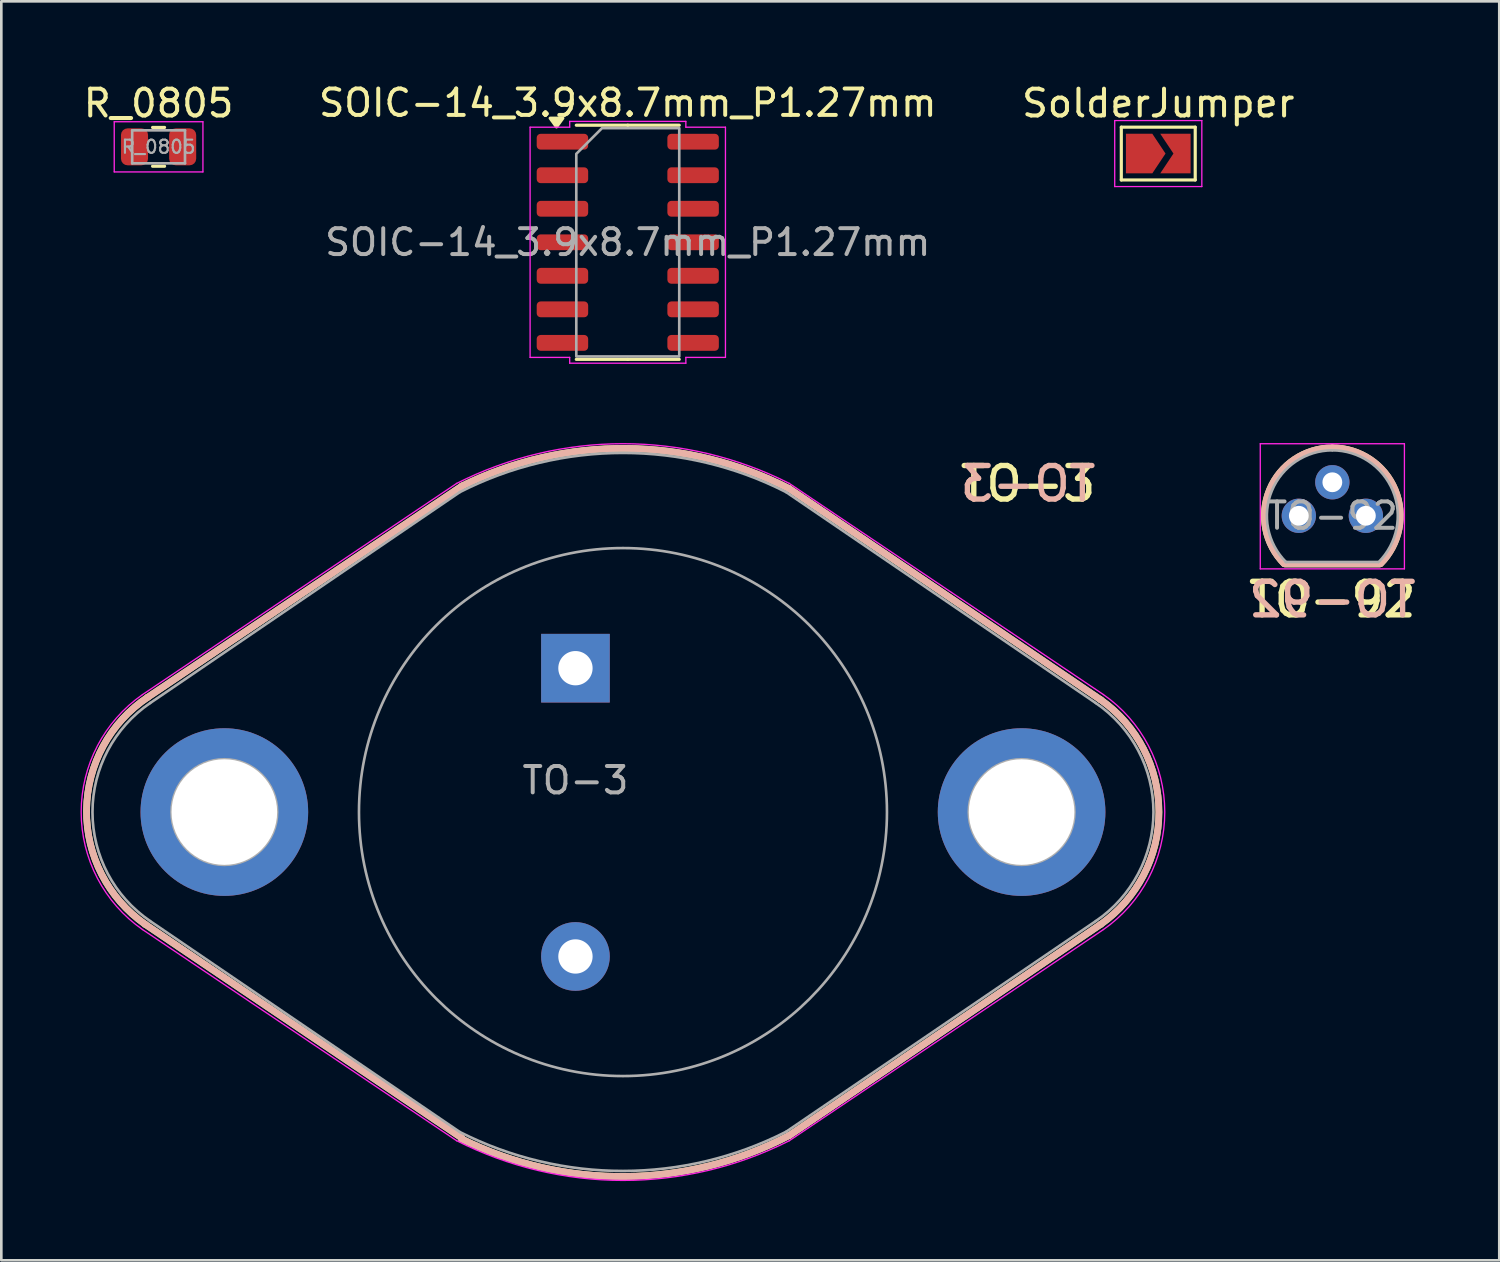
<source format=kicad_pcb>
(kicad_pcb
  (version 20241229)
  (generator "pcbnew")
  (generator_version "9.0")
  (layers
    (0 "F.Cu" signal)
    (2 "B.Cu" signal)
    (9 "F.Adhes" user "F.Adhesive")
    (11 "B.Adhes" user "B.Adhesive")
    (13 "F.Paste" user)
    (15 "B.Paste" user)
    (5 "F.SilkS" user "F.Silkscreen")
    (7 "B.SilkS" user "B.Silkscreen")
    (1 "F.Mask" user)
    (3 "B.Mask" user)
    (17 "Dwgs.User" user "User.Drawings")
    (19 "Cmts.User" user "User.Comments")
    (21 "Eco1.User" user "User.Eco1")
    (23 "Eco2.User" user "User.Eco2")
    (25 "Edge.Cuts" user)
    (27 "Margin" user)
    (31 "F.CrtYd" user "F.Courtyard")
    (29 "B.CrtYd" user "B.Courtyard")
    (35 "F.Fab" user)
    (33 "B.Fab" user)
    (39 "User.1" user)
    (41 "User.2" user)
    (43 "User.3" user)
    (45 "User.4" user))
  (footprint "R_0805"
    (layer "F.Cu")
    (at 2.957 2.512)
    (property "Reference" "R_0805" (at 0 -1.65 0) (layer "F.SilkS") (effects (font (size 1.016 1.016) (thickness 0.152))))
    (attr smd)
    (fp_line (start -0.227 -0.735) (end 0.227 -0.735) (stroke (width 0.12) (type solid)) (layer "F.SilkS"))
    (fp_line (start -0.227 0.735) (end 0.227 0.735) (stroke (width 0.12) (type solid)) (layer "F.SilkS"))
    (fp_line (start -1.68 -0.95) (end 1.68 -0.95) (stroke (width 0.05) (type solid)) (layer "F.CrtYd"))
    (fp_line (start -1.68 0.95) (end -1.68 -0.95) (stroke (width 0.05) (type solid)) (layer "F.CrtYd"))
    (fp_line (start 1.68 -0.95) (end 1.68 0.95) (stroke (width 0.05) (type solid)) (layer "F.CrtYd"))
    (fp_line (start 1.68 0.95) (end -1.68 0.95) (stroke (width 0.05) (type solid)) (layer "F.CrtYd"))
    (fp_line (start -1 -0.625) (end 1 -0.625) (stroke (width 0.1) (type solid)) (layer "F.Fab"))
    (fp_line (start -1 0.625) (end -1 -0.625) (stroke (width 0.1) (type solid)) (layer "F.Fab"))
    (fp_line (start 1 -0.625) (end 1 0.625) (stroke (width 0.1) (type solid)) (layer "F.Fab"))
    (fp_line (start 1 0.625) (end -1 0.625) (stroke (width 0.1) (type solid)) (layer "F.Fab"))
    (fp_text user "${REFERENCE}" (at 0 0 0) (layer "F.Fab") (effects (font (size 0.5 0.5) (thickness 0.08))))
    (pad "1" smd roundrect (at -0.912 0) (size 1.025 1.4) (layers "F.Cu" "F.Mask" "F.Paste") (roundrect_rratio 0.244))
    (pad "2" smd roundrect (at 0.912 0) (size 1.025 1.4) (layers "F.Cu" "F.Mask" "F.Paste") (roundrect_rratio 0.244)))
  (footprint "SolderJumper"
    (layer "F.Cu")
    (at 40.825 2.767)
    (property "Reference" "SolderJumper" (at 0 -1.905 0) (layer "F.SilkS") (effects (font (size 1.016 1.016) (thickness 0.152))))
    (attr exclude_from_pos_files exclude_from_bom)
    (fp_line (start -1.4 -1) (end 1.4 -1) (stroke (width 0.12) (type solid)) (layer "F.SilkS"))
    (fp_line (start -1.4 1) (end -1.4 -1) (stroke (width 0.12) (type solid)) (layer "F.SilkS"))
    (fp_line (start 1.4 -1) (end 1.4 1) (stroke (width 0.12) (type solid)) (layer "F.SilkS"))
    (fp_line (start 1.4 1) (end -1.4 1) (stroke (width 0.12) (type solid)) (layer "F.SilkS"))
    (fp_line (start -1.65 -1.25) (end -1.65 1.25) (stroke (width 0.05) (type solid)) (layer "F.CrtYd"))
    (fp_line (start -1.65 -1.25) (end 1.65 -1.25) (stroke (width 0.05) (type solid)) (layer "F.CrtYd"))
    (fp_line (start 1.65 1.25) (end -1.65 1.25) (stroke (width 0.05) (type solid)) (layer "F.CrtYd"))
    (fp_line (start 1.65 1.25) (end 1.65 -1.25) (stroke (width 0.05) (type solid)) (layer "F.CrtYd"))
    (pad "1" smd custom (at -0.725 0) (size 0.3 0.3) (layers "F.Cu" "F.Mask") (options (anchor rect)) (primitives (gr_poly (pts (xy 1 0) (xy 0.5 0.75) (xy -0.5 0.75) (xy -0.5 -0.75) (xy 0.5 -0.75)) (width 0) (fill yes))))
    (pad "2" smd custom (at 0.725 0) (size 0.3 0.3) (layers "F.Cu" "F.Mask") (options (anchor rect)) (primitives (gr_poly (pts (xy 0.5 0.75) (xy -0.65 0.75) (xy -0.15 0) (xy -0.65 -0.75) (xy 0.5 -0.75)) (width 0) (fill yes)))))
  (footprint "SOIC-14_3.9x8.7mm_P1.27mm"
    (layer "F.Cu")
    (at 20.73 6.128)
    (property "Reference" "SOIC-14_3.9x8.7mm_P1.27mm" (at 0 -5.28 0) (layer "F.SilkS") (effects (font (size 1 1) (thickness 0.15))))
    (attr smd)
    (fp_line (start 0 -4.435) (end -1.95 -4.435) (stroke (width 0.12) (type solid)) (layer "F.SilkS"))
    (fp_line (start 0 -4.435) (end 1.95 -4.435) (stroke (width 0.12) (type solid)) (layer "F.SilkS"))
    (fp_line (start 0 4.435) (end -1.95 4.435) (stroke (width 0.12) (type solid)) (layer "F.SilkS"))
    (fp_line (start 0 4.435) (end 1.95 4.435) (stroke (width 0.12) (type solid)) (layer "F.SilkS"))
    (fp_poly (pts (xy -2.7 -4.37) (xy -2.94 -4.7) (xy -2.46 -4.7)) (stroke (width 0.12) (type solid)) (fill yes) (layer "F.SilkS"))
    (fp_line (start -3.7 -4.36) (end -2.2 -4.36) (stroke (width 0.05) (type solid)) (layer "F.CrtYd"))
    (fp_line (start -3.7 4.36) (end -3.7 -4.36) (stroke (width 0.05) (type solid)) (layer "F.CrtYd"))
    (fp_line (start -2.2 -4.58) (end 2.2 -4.58) (stroke (width 0.05) (type solid)) (layer "F.CrtYd"))
    (fp_line (start -2.2 -4.36) (end -2.2 -4.58) (stroke (width 0.05) (type solid)) (layer "F.CrtYd"))
    (fp_line (start -2.2 4.36) (end -3.7 4.36) (stroke (width 0.05) (type solid)) (layer "F.CrtYd"))
    (fp_line (start -2.2 4.58) (end -2.2 4.36) (stroke (width 0.05) (type solid)) (layer "F.CrtYd"))
    (fp_line (start 2.2 -4.58) (end 2.2 -4.36) (stroke (width 0.05) (type solid)) (layer "F.CrtYd"))
    (fp_line (start 2.2 -4.36) (end 3.7 -4.36) (stroke (width 0.05) (type solid)) (layer "F.CrtYd"))
    (fp_line (start 2.2 4.36) (end 2.2 4.58) (stroke (width 0.05) (type solid)) (layer "F.CrtYd"))
    (fp_line (start 2.2 4.58) (end -2.2 4.58) (stroke (width 0.05) (type solid)) (layer "F.CrtYd"))
    (fp_line (start 3.7 -4.36) (end 3.7 4.36) (stroke (width 0.05) (type solid)) (layer "F.CrtYd"))
    (fp_line (start 3.7 4.36) (end 2.2 4.36) (stroke (width 0.05) (type solid)) (layer "F.CrtYd"))
    (fp_poly (pts (xy -1.95 -3.35) (xy -1.95 4.325) (xy 1.95 4.325) (xy 1.95 -4.325) (xy -0.975 -4.325)) (stroke (width 0.1) (type solid)) (fill no) (layer "F.Fab"))
    (fp_text user "${REFERENCE}" (at 0 0 0) (layer "F.Fab") (effects (font (size 0.98 0.98) (thickness 0.15))))
    (pad "1" smd roundrect (at -2.475 -3.81) (size 1.95 0.6) (layers "F.Cu" "F.Mask" "F.Paste") (roundrect_rratio 0.25))
    (pad "2" smd roundrect (at -2.475 -2.54) (size 1.95 0.6) (layers "F.Cu" "F.Mask" "F.Paste") (roundrect_rratio 0.25))
    (pad "3" smd roundrect (at -2.475 -1.27) (size 1.95 0.6) (layers "F.Cu" "F.Mask" "F.Paste") (roundrect_rratio 0.25))
    (pad "4" smd roundrect (at -2.475 0) (size 1.95 0.6) (layers "F.Cu" "F.Mask" "F.Paste") (roundrect_rratio 0.25))
    (pad "5" smd roundrect (at -2.475 1.27) (size 1.95 0.6) (layers "F.Cu" "F.Mask" "F.Paste") (roundrect_rratio 0.25))
    (pad "6" smd roundrect (at -2.475 2.54) (size 1.95 0.6) (layers "F.Cu" "F.Mask" "F.Paste") (roundrect_rratio 0.25))
    (pad "7" smd roundrect (at -2.475 3.81) (size 1.95 0.6) (layers "F.Cu" "F.Mask" "F.Paste") (roundrect_rratio 0.25))
    (pad "8" smd roundrect (at 2.475 3.81) (size 1.95 0.6) (layers "F.Cu" "F.Mask" "F.Paste") (roundrect_rratio 0.25))
    (pad "9" smd roundrect (at 2.475 2.54) (size 1.95 0.6) (layers "F.Cu" "F.Mask" "F.Paste") (roundrect_rratio 0.25))
    (pad "10" smd roundrect (at 2.475 1.27) (size 1.95 0.6) (layers "F.Cu" "F.Mask" "F.Paste") (roundrect_rratio 0.25))
    (pad "11" smd roundrect (at 2.475 0) (size 1.95 0.6) (layers "F.Cu" "F.Mask" "F.Paste") (roundrect_rratio 0.25))
    (pad "12" smd roundrect (at 2.475 -1.27) (size 1.95 0.6) (layers "F.Cu" "F.Mask" "F.Paste") (roundrect_rratio 0.25))
    (pad "13" smd roundrect (at 2.475 -2.54) (size 1.95 0.6) (layers "F.Cu" "F.Mask" "F.Paste") (roundrect_rratio 0.25))
    (pad "14" smd roundrect (at 2.475 -3.81) (size 1.95 0.6) (layers "F.Cu" "F.Mask" "F.Paste") (roundrect_rratio 0.25)))
  (footprint "TO-92"
    (layer "F.Cu")
    (at 46.149 16.488)
    (property "Reference" "TO-92" (at 1.27 3.175 0) (layer "F.SilkS") (effects (font (size 1.27 1.27) (thickness 0.203))))
    (attr through_hole)
    (fp_line (start -0.53 1.85) (end 3.07 1.85) (stroke (width 0.203) (type solid)) (layer "F.SilkS"))
    (fp_arc (start -0.568478 1.838478) (mid -1.132087 -0.994977) (end 1.27 -2.6) (stroke (width 0.2032) (type solid)) (layer "F.SilkS"))
    (fp_arc (start 1.27 -2.6) (mid 3.672087 -0.994977) (end 3.108478 1.838478) (stroke (width 0.2032) (type solid)) (layer "F.SilkS"))
    (fp_line (start -0.53 1.85) (end 3.07 1.85) (stroke (width 0.203) (type solid)) (layer "B.SilkS"))
    (fp_arc (start -0.568478 1.838478) (mid -1.132087 -0.994977) (end 1.27 -2.6) (stroke (width 0.2032) (type solid)) (layer "B.SilkS"))
    (fp_arc (start 1.27 -2.6) (mid 3.672087 -0.994977) (end 3.108478 1.838478) (stroke (width 0.2032) (type solid)) (layer "B.SilkS"))
    (fp_line (start -1.46 -2.73) (end -1.46 2.01) (stroke (width 0.05) (type solid)) (layer "F.CrtYd"))
    (fp_line (start -1.46 -2.73) (end 4 -2.73) (stroke (width 0.05) (type solid)) (layer "F.CrtYd"))
    (fp_line (start 4 2.01) (end -1.46 2.01) (stroke (width 0.05) (type solid)) (layer "F.CrtYd"))
    (fp_line (start 4 2.01) (end 4 -2.73) (stroke (width 0.05) (type solid)) (layer "F.CrtYd"))
    (fp_line (start -0.5 1.75) (end 3 1.75) (stroke (width 0.1) (type solid)) (layer "F.Fab"))
    (fp_arc (start -0.483625 1.753625) (mid -1.021221 -0.949055) (end 1.27 -2.48) (stroke (width 0.1) (type solid)) (layer "F.Fab"))
    (fp_arc (start 1.27 -2.48) (mid 3.561221 -0.949055) (end 3.023625 1.753625) (stroke (width 0.1) (type solid)) (layer "F.Fab"))
    (fp_text user "${Reference}" (at 1.27 3.175 0) (unlocked yes) (layer "B.SilkS") (effects (font (size 1.27 1.27) (thickness 0.203)) (justify mirror)))
    (fp_text user "${REFERENCE}" (at 1.27 0 0) (layer "F.Fab") (effects (font (size 1 1) (thickness 0.15))))
    (pad "1" thru_hole circle (at 0 0) (size 1.3 1.3) (drill 0.75) (layers "*.Cu" "*.Mask"))
    (pad "2" thru_hole circle (at 1.27 -1.27) (size 1.3 1.3) (drill 0.75) (layers "*.Cu" "*.Mask"))
    (pad "3" thru_hole circle (at 2.54 0) (size 1.3 1.3) (drill 0.75) (layers "*.Cu" "*.Mask")))
  (footprint "TO-3"
    (layer "F.Cu")
    (at 18.748 22.261)
    (property "Reference" "TO-3" (at 17.145 -6.985 0) (layer "F.SilkS") (effects (font (size 1.27 1.27) (thickness 0.203))))
    (attr through_hole)
    (fp_line (start -4.3 -6.9) (end -16.2 1.1) (stroke (width 0.254) (type solid)) (layer "F.SilkS"))
    (fp_line (start -4.3 17.8) (end -16.3 9.7) (stroke (width 0.254) (type solid)) (layer "F.SilkS"))
    (fp_line (start 8.1 -6.8) (end 19.9 1.2) (stroke (width 0.254) (type solid)) (layer "F.SilkS"))
    (fp_line (start 8.1 17.7) (end 19.9 9.7) (stroke (width 0.254) (type solid)) (layer "F.SilkS"))
    (fp_arc (start -16.3 9.7) (mid -18.519226 5.373613) (end -16.2 1.1) (stroke (width 0.254) (type solid)) (layer "F.SilkS"))
    (fp_arc (start -4.3 -6.9) (mid 1.911888 -8.324079) (end 8.1 -6.8) (stroke (width 0.254) (type solid)) (layer "F.SilkS"))
    (fp_arc (start 8.1 17.7) (mid 1.90661 19.252956) (end -4.325 17.825) (stroke (width 0.254) (type solid)) (layer "F.SilkS"))
    (fp_arc (start 19.9 1.2) (mid 22.102158 5.45) (end 19.9 9.7) (stroke (width 0.254) (type solid)) (layer "F.SilkS"))
    (fp_line (start -4.3 -6.9) (end -16.2 1.1) (stroke (width 0.254) (type solid)) (layer "B.SilkS"))
    (fp_line (start -4.3 17.8) (end -16.3 9.7) (stroke (width 0.254) (type solid)) (layer "B.SilkS"))
    (fp_line (start 8.1 -6.8) (end 19.9 1.2) (stroke (width 0.254) (type solid)) (layer "B.SilkS"))
    (fp_line (start 8.1 17.7) (end 19.9 9.7) (stroke (width 0.254) (type solid)) (layer "B.SilkS"))
    (fp_arc (start -16.3 9.7) (mid -18.519226 5.373613) (end -16.2 1.1) (stroke (width 0.254) (type solid)) (layer "B.SilkS"))
    (fp_arc (start -4.3 -6.9) (mid 1.911888 -8.324079) (end 8.1 -6.8) (stroke (width 0.254) (type solid)) (layer "B.SilkS"))
    (fp_arc (start 8.1 17.7) (mid 1.90661 19.252956) (end -4.325 17.825) (stroke (width 0.254) (type solid)) (layer "B.SilkS"))
    (fp_arc (start 19.9 1.2) (mid 22.102158 5.45) (end 19.9 9.7) (stroke (width 0.254) (type solid)) (layer "B.SilkS"))
    (fp_line (start -4.5 -7) (end -16.4 1) (stroke (width 0.05) (type solid)) (layer "F.CrtYd"))
    (fp_line (start -4.5 17.9) (end -16.4 9.9) (stroke (width 0.05) (type solid)) (layer "F.CrtYd"))
    (fp_line (start 8.1 -7) (end 20 1) (stroke (width 0.05) (type solid)) (layer "F.CrtYd"))
    (fp_line (start 8.1 17.9) (end 20 9.9) (stroke (width 0.05) (type solid)) (layer "F.CrtYd"))
    (fp_arc (start -16.4 9.9) (mid -18.723326 5.45) (end -16.4 1) (stroke (width 0.05) (type solid)) (layer "F.CrtYd"))
    (fp_arc (start -4.5 -7) (mid 1.8 -8.503225) (end 8.1 -7) (stroke (width 0.05) (type solid)) (layer "F.CrtYd"))
    (fp_arc (start 8.1 17.9) (mid 1.8 19.403223) (end -4.5 17.9) (stroke (width 0.05) (type solid)) (layer "F.CrtYd"))
    (fp_arc (start 20 1) (mid 22.323325 5.45) (end 20 9.9) (stroke (width 0.05) (type solid)) (layer "F.CrtYd"))
    (fp_line (start -4.38 -6.67) (end -16.11 1.32) (stroke (width 0.1) (type solid)) (layer "F.Fab"))
    (fp_line (start -4.38 17.57) (end -16.11 9.58) (stroke (width 0.1) (type solid)) (layer "F.Fab"))
    (fp_line (start 7.98 -6.67) (end 19.71 1.32) (stroke (width 0.1) (type solid)) (layer "F.Fab"))
    (fp_line (start 7.98 17.56) (end 19.71 9.58) (stroke (width 0.1) (type solid)) (layer "F.Fab"))
    (fp_arc (start -16.11 9.58) (mid -18.295292 5.45) (end -16.11 1.32) (stroke (width 0.1) (type solid)) (layer "F.Fab"))
    (fp_arc (start -4.38 -6.67) (mid 1.8 -8.154661) (end 7.98 -6.67) (stroke (width 0.1) (type solid)) (layer "F.Fab"))
    (fp_arc (start 7.98 17.56) (mid 1.801197 19.045069) (end -4.38 17.57) (stroke (width 0.1) (type solid)) (layer "F.Fab"))
    (fp_arc (start 19.71 1.32) (mid 21.895289 5.45) (end 19.71 9.58) (stroke (width 0.1) (type solid)) (layer "F.Fab"))
    (fp_circle (center -13.3 5.45) (end -15.3 5.45) (stroke (width 0.1) (type solid)) (fill no) (layer "F.Fab"))
    (fp_circle (center 1.8 5.45) (end 11.8 5.45) (stroke (width 0.1) (type solid)) (fill no) (layer "F.Fab"))
    (fp_circle (center 16.9 5.45) (end 18.9 5.45) (stroke (width 0.1) (type solid)) (fill no) (layer "F.Fab"))
    (fp_text user "${Reference}" (at 17.145 -6.985 0) (unlocked yes) (layer "B.SilkS") (effects (font (size 1.27 1.27) (thickness 0.203)) (justify mirror)))
    (fp_text user "${REFERENCE}" (at 0 4.25 0) (layer "F.Fab") (effects (font (size 1 1) (thickness 0.15))))
    (pad "1" thru_hole rect (at 0 0) (size 2.6 2.6) (drill 1.3) (layers "*.Cu" "*.Mask"))
    (pad "2" thru_hole circle (at 0 10.92) (size 2.6 2.6) (drill 1.3) (layers "*.Cu" "*.Mask"))
    (pad "3" thru_hole circle (at -13.3 5.45) (size 6.35 6.35) (drill 4) (layers "*.Cu" "*.Mask"))
    (pad "3" thru_hole circle (at 16.9 5.45) (size 6.35 6.35) (drill 4) (layers "*.Cu" "*.Mask")))
  (gr_rect
    (start -3 -3)
    (end 53.742 44.69)
    (stroke (width 0.1) (type default))
    (fill no)
    (layer "Edge.Cuts")))
</source>
